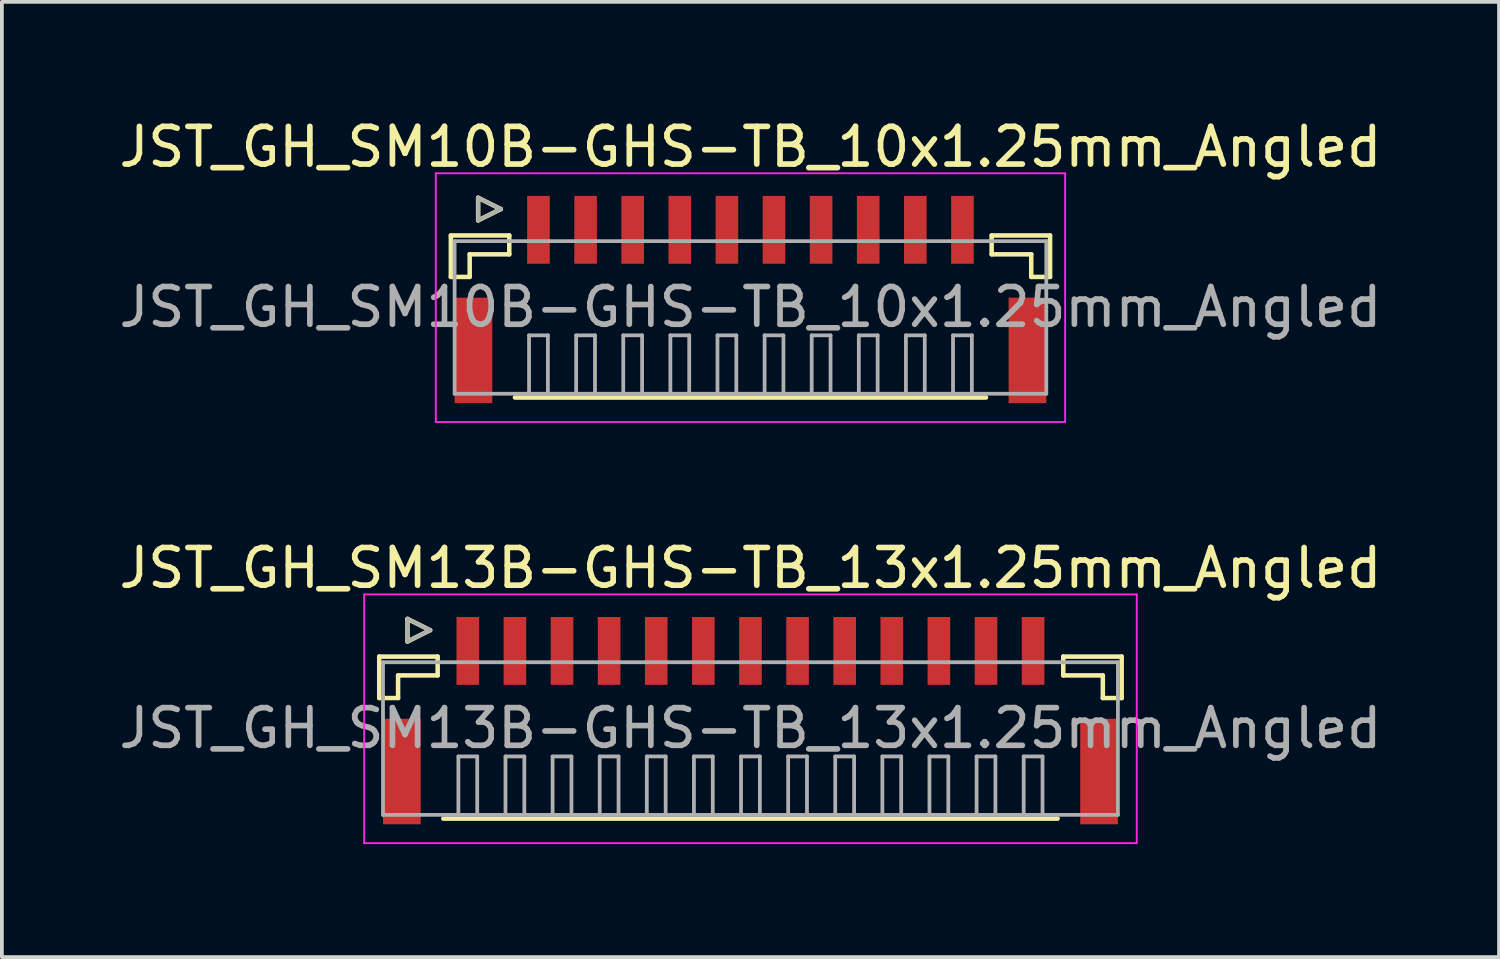
<source format=kicad_pcb>
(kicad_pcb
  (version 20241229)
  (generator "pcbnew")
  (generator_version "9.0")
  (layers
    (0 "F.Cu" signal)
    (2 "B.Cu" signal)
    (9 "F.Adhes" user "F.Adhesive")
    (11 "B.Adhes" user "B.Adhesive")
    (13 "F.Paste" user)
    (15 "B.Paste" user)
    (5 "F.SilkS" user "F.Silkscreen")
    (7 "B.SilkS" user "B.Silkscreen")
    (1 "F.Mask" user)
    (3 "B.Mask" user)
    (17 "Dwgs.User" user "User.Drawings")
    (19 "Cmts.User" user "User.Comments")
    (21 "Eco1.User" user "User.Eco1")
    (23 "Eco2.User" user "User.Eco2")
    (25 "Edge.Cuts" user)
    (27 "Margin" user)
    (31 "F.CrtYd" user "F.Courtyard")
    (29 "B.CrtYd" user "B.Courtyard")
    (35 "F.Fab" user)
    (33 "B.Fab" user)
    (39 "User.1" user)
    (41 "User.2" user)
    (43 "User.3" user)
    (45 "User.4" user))
  (footprint "JST_GH_SM13B-GHS-TB_13x1.25mm_Angled"
    (layer "F.Cu")
    (at 16.863 15.822)
    (property "Reference" "JST_GH_SM13B-GHS-TB_13x1.25mm_Angled" (at 0 -3.8 0) (layer "F.SilkS") (effects (font (size 1 1) (thickness 0.15))))
    (attr smd)
    (fp_line (start -9.85 -1.45) (end -8.3 -1.45) (stroke (width 0.12) (type solid)) (layer "F.SilkS"))
    (fp_line (start -9.85 -0.35) (end -9.85 -1.45) (stroke (width 0.12) (type solid)) (layer "F.SilkS"))
    (fp_line (start -9.35 -0.95) (end -9.35 -0.35) (stroke (width 0.12) (type solid)) (layer "F.SilkS"))
    (fp_line (start -9.35 -0.35) (end -9.85 -0.35) (stroke (width 0.12) (type solid)) (layer "F.SilkS"))
    (fp_line (start -9.1 -2.45) (end -9.1 -1.85) (stroke (width 0.12) (type solid)) (layer "F.SilkS"))
    (fp_line (start -9.1 -1.85) (end -8.5 -2.15) (stroke (width 0.12) (type solid)) (layer "F.SilkS"))
    (fp_line (start -8.5 -2.15) (end -9.1 -2.45) (stroke (width 0.12) (type solid)) (layer "F.SilkS"))
    (fp_line (start -8.3 -1.45) (end -8.3 -0.95) (stroke (width 0.12) (type solid)) (layer "F.SilkS"))
    (fp_line (start -8.3 -0.95) (end -9.35 -0.95) (stroke (width 0.12) (type solid)) (layer "F.SilkS"))
    (fp_line (start -8.15 2.85) (end 8.15 2.85) (stroke (width 0.12) (type solid)) (layer "F.SilkS"))
    (fp_line (start 8.3 -1.45) (end 8.3 -0.95) (stroke (width 0.12) (type solid)) (layer "F.SilkS"))
    (fp_line (start 8.3 -0.95) (end 9.35 -0.95) (stroke (width 0.12) (type solid)) (layer "F.SilkS"))
    (fp_line (start 9.35 -0.95) (end 9.35 -0.35) (stroke (width 0.12) (type solid)) (layer "F.SilkS"))
    (fp_line (start 9.35 -0.35) (end 9.85 -0.35) (stroke (width 0.12) (type solid)) (layer "F.SilkS"))
    (fp_line (start 9.85 -1.45) (end 8.3 -1.45) (stroke (width 0.12) (type solid)) (layer "F.SilkS"))
    (fp_line (start 9.85 -0.35) (end 9.85 -1.45) (stroke (width 0.12) (type solid)) (layer "F.SilkS"))
    (fp_line (start -10.25 -3.1) (end -10.25 3.5) (stroke (width 0.05) (type solid)) (layer "F.CrtYd"))
    (fp_line (start -10.25 3.5) (end 10.25 3.5) (stroke (width 0.05) (type solid)) (layer "F.CrtYd"))
    (fp_line (start 10.25 -3.1) (end -10.25 -3.1) (stroke (width 0.05) (type solid)) (layer "F.CrtYd"))
    (fp_line (start 10.25 3.5) (end 10.25 -3.1) (stroke (width 0.05) (type solid)) (layer "F.CrtYd"))
    (fp_line (start -9.75 -1.3) (end -9.75 2.75) (stroke (width 0.1) (type solid)) (layer "F.Fab"))
    (fp_line (start -9.75 2.75) (end 9.75 2.75) (stroke (width 0.1) (type solid)) (layer "F.Fab"))
    (fp_line (start -9.1 -2.45) (end -9.1 -1.85) (stroke (width 0.1) (type solid)) (layer "F.Fab"))
    (fp_line (start -9.1 -1.85) (end -8.5 -2.15) (stroke (width 0.1) (type solid)) (layer "F.Fab"))
    (fp_line (start -8.5 -2.15) (end -9.1 -2.45) (stroke (width 0.1) (type solid)) (layer "F.Fab"))
    (fp_line (start -7.75 1.2) (end -7.25 1.2) (stroke (width 0.1) (type solid)) (layer "F.Fab"))
    (fp_line (start -7.75 2.7) (end -7.75 1.2) (stroke (width 0.1) (type solid)) (layer "F.Fab"))
    (fp_line (start -7.25 1.2) (end -7.25 2.7) (stroke (width 0.1) (type solid)) (layer "F.Fab"))
    (fp_line (start -6.5 1.2) (end -6 1.2) (stroke (width 0.1) (type solid)) (layer "F.Fab"))
    (fp_line (start -6.5 2.7) (end -6.5 1.2) (stroke (width 0.1) (type solid)) (layer "F.Fab"))
    (fp_line (start -6 1.2) (end -6 2.7) (stroke (width 0.1) (type solid)) (layer "F.Fab"))
    (fp_line (start -5.25 1.2) (end -4.75 1.2) (stroke (width 0.1) (type solid)) (layer "F.Fab"))
    (fp_line (start -5.25 2.7) (end -5.25 1.2) (stroke (width 0.1) (type solid)) (layer "F.Fab"))
    (fp_line (start -4.75 1.2) (end -4.75 2.7) (stroke (width 0.1) (type solid)) (layer "F.Fab"))
    (fp_line (start -4 1.2) (end -3.5 1.2) (stroke (width 0.1) (type solid)) (layer "F.Fab"))
    (fp_line (start -4 2.7) (end -4 1.2) (stroke (width 0.1) (type solid)) (layer "F.Fab"))
    (fp_line (start -3.5 1.2) (end -3.5 2.7) (stroke (width 0.1) (type solid)) (layer "F.Fab"))
    (fp_line (start -2.75 1.2) (end -2.25 1.2) (stroke (width 0.1) (type solid)) (layer "F.Fab"))
    (fp_line (start -2.75 2.7) (end -2.75 1.2) (stroke (width 0.1) (type solid)) (layer "F.Fab"))
    (fp_line (start -2.25 1.2) (end -2.25 2.7) (stroke (width 0.1) (type solid)) (layer "F.Fab"))
    (fp_line (start -1.5 1.2) (end -1 1.2) (stroke (width 0.1) (type solid)) (layer "F.Fab"))
    (fp_line (start -1.5 2.7) (end -1.5 1.2) (stroke (width 0.1) (type solid)) (layer "F.Fab"))
    (fp_line (start -1 1.2) (end -1 2.7) (stroke (width 0.1) (type solid)) (layer "F.Fab"))
    (fp_line (start -0.25 1.2) (end 0.25 1.2) (stroke (width 0.1) (type solid)) (layer "F.Fab"))
    (fp_line (start -0.25 2.7) (end -0.25 1.2) (stroke (width 0.1) (type solid)) (layer "F.Fab"))
    (fp_line (start 0.25 1.2) (end 0.25 2.7) (stroke (width 0.1) (type solid)) (layer "F.Fab"))
    (fp_line (start 1 1.2) (end 1.5 1.2) (stroke (width 0.1) (type solid)) (layer "F.Fab"))
    (fp_line (start 1 2.7) (end 1 1.2) (stroke (width 0.1) (type solid)) (layer "F.Fab"))
    (fp_line (start 1.5 1.2) (end 1.5 2.7) (stroke (width 0.1) (type solid)) (layer "F.Fab"))
    (fp_line (start 2.25 1.2) (end 2.75 1.2) (stroke (width 0.1) (type solid)) (layer "F.Fab"))
    (fp_line (start 2.25 2.7) (end 2.25 1.2) (stroke (width 0.1) (type solid)) (layer "F.Fab"))
    (fp_line (start 2.75 1.2) (end 2.75 2.7) (stroke (width 0.1) (type solid)) (layer "F.Fab"))
    (fp_line (start 3.5 1.2) (end 4 1.2) (stroke (width 0.1) (type solid)) (layer "F.Fab"))
    (fp_line (start 3.5 2.7) (end 3.5 1.2) (stroke (width 0.1) (type solid)) (layer "F.Fab"))
    (fp_line (start 4 1.2) (end 4 2.7) (stroke (width 0.1) (type solid)) (layer "F.Fab"))
    (fp_line (start 4.75 1.2) (end 5.25 1.2) (stroke (width 0.1) (type solid)) (layer "F.Fab"))
    (fp_line (start 4.75 2.7) (end 4.75 1.2) (stroke (width 0.1) (type solid)) (layer "F.Fab"))
    (fp_line (start 5.25 1.2) (end 5.25 2.7) (stroke (width 0.1) (type solid)) (layer "F.Fab"))
    (fp_line (start 6 1.2) (end 6.5 1.2) (stroke (width 0.1) (type solid)) (layer "F.Fab"))
    (fp_line (start 6 2.7) (end 6 1.2) (stroke (width 0.1) (type solid)) (layer "F.Fab"))
    (fp_line (start 6.5 1.2) (end 6.5 2.7) (stroke (width 0.1) (type solid)) (layer "F.Fab"))
    (fp_line (start 7.25 1.2) (end 7.75 1.2) (stroke (width 0.1) (type solid)) (layer "F.Fab"))
    (fp_line (start 7.25 2.7) (end 7.25 1.2) (stroke (width 0.1) (type solid)) (layer "F.Fab"))
    (fp_line (start 7.75 1.2) (end 7.75 2.7) (stroke (width 0.1) (type solid)) (layer "F.Fab"))
    (fp_line (start 9.75 -1.3) (end -9.75 -1.3) (stroke (width 0.1) (type solid)) (layer "F.Fab"))
    (fp_line (start 9.75 2.75) (end 9.75 -1.3) (stroke (width 0.1) (type solid)) (layer "F.Fab"))
    (fp_text user "${REFERENCE}" (at 0 0.45 0) (layer "F.Fab") (effects (font (size 1 1) (thickness 0.15))))
    (pad "" smd rect (at -9.25 1.6) (size 1 2.8) (layers "F.Cu" "F.Mask" "F.Paste"))
    (pad "" smd rect (at 9.25 1.6) (size 1 2.8) (layers "F.Cu" "F.Mask" "F.Paste"))
    (pad "1" smd rect (at -7.5 -1.6) (size 0.6 1.8) (layers "F.Cu" "F.Mask" "F.Paste"))
    (pad "2" smd rect (at -6.25 -1.6) (size 0.6 1.8) (layers "F.Cu" "F.Mask" "F.Paste"))
    (pad "3" smd rect (at -5 -1.6) (size 0.6 1.8) (layers "F.Cu" "F.Mask" "F.Paste"))
    (pad "4" smd rect (at -3.75 -1.6) (size 0.6 1.8) (layers "F.Cu" "F.Mask" "F.Paste"))
    (pad "5" smd rect (at -2.5 -1.6) (size 0.6 1.8) (layers "F.Cu" "F.Mask" "F.Paste"))
    (pad "6" smd rect (at -1.25 -1.6) (size 0.6 1.8) (layers "F.Cu" "F.Mask" "F.Paste"))
    (pad "7" smd rect (at 0 -1.6) (size 0.6 1.8) (layers "F.Cu" "F.Mask" "F.Paste"))
    (pad "8" smd rect (at 1.25 -1.6) (size 0.6 1.8) (layers "F.Cu" "F.Mask" "F.Paste"))
    (pad "9" smd rect (at 2.5 -1.6) (size 0.6 1.8) (layers "F.Cu" "F.Mask" "F.Paste"))
    (pad "10" smd rect (at 3.75 -1.6) (size 0.6 1.8) (layers "F.Cu" "F.Mask" "F.Paste"))
    (pad "11" smd rect (at 5 -1.6) (size 0.6 1.8) (layers "F.Cu" "F.Mask" "F.Paste"))
    (pad "12" smd rect (at 6.25 -1.6) (size 0.6 1.8) (layers "F.Cu" "F.Mask" "F.Paste"))
    (pad "13" smd rect (at 7.5 -1.6) (size 0.6 1.8) (layers "F.Cu" "F.Mask" "F.Paste")))
  (footprint "JST_GH_SM10B-GHS-TB_10x1.25mm_Angled"
    (layer "F.Cu")
    (at 16.863 4.648)
    (property "Reference" "JST_GH_SM10B-GHS-TB_10x1.25mm_Angled" (at 0 -3.8 0) (layer "F.SilkS") (effects (font (size 1 1) (thickness 0.15))))
    (attr smd)
    (fp_line (start -7.95 -1.45) (end -6.4 -1.45) (stroke (width 0.12) (type solid)) (layer "F.SilkS"))
    (fp_line (start -7.95 -0.35) (end -7.95 -1.45) (stroke (width 0.12) (type solid)) (layer "F.SilkS"))
    (fp_line (start -7.45 -0.95) (end -7.45 -0.35) (stroke (width 0.12) (type solid)) (layer "F.SilkS"))
    (fp_line (start -7.45 -0.35) (end -7.95 -0.35) (stroke (width 0.12) (type solid)) (layer "F.SilkS"))
    (fp_line (start -7.225 -2.45) (end -7.225 -1.85) (stroke (width 0.12) (type solid)) (layer "F.SilkS"))
    (fp_line (start -7.225 -1.85) (end -6.625 -2.15) (stroke (width 0.12) (type solid)) (layer "F.SilkS"))
    (fp_line (start -6.625 -2.15) (end -7.225 -2.45) (stroke (width 0.12) (type solid)) (layer "F.SilkS"))
    (fp_line (start -6.4 -1.45) (end -6.4 -0.95) (stroke (width 0.12) (type solid)) (layer "F.SilkS"))
    (fp_line (start -6.4 -0.95) (end -7.45 -0.95) (stroke (width 0.12) (type solid)) (layer "F.SilkS"))
    (fp_line (start -6.25 2.85) (end 6.25 2.85) (stroke (width 0.12) (type solid)) (layer "F.SilkS"))
    (fp_line (start 6.4 -1.45) (end 6.4 -0.95) (stroke (width 0.12) (type solid)) (layer "F.SilkS"))
    (fp_line (start 6.4 -0.95) (end 7.45 -0.95) (stroke (width 0.12) (type solid)) (layer "F.SilkS"))
    (fp_line (start 7.45 -0.95) (end 7.45 -0.35) (stroke (width 0.12) (type solid)) (layer "F.SilkS"))
    (fp_line (start 7.45 -0.35) (end 7.95 -0.35) (stroke (width 0.12) (type solid)) (layer "F.SilkS"))
    (fp_line (start 7.95 -1.45) (end 6.4 -1.45) (stroke (width 0.12) (type solid)) (layer "F.SilkS"))
    (fp_line (start 7.95 -0.35) (end 7.95 -1.45) (stroke (width 0.12) (type solid)) (layer "F.SilkS"))
    (fp_line (start -8.35 -3.1) (end -8.35 3.5) (stroke (width 0.05) (type solid)) (layer "F.CrtYd"))
    (fp_line (start -8.35 3.5) (end 8.35 3.5) (stroke (width 0.05) (type solid)) (layer "F.CrtYd"))
    (fp_line (start 8.35 -3.1) (end -8.35 -3.1) (stroke (width 0.05) (type solid)) (layer "F.CrtYd"))
    (fp_line (start 8.35 3.5) (end 8.35 -3.1) (stroke (width 0.05) (type solid)) (layer "F.CrtYd"))
    (fp_line (start -7.85 -1.3) (end -7.85 2.75) (stroke (width 0.1) (type solid)) (layer "F.Fab"))
    (fp_line (start -7.85 2.75) (end 7.85 2.75) (stroke (width 0.1) (type solid)) (layer "F.Fab"))
    (fp_line (start -7.225 -2.45) (end -7.225 -1.85) (stroke (width 0.1) (type solid)) (layer "F.Fab"))
    (fp_line (start -7.225 -1.85) (end -6.625 -2.15) (stroke (width 0.1) (type solid)) (layer "F.Fab"))
    (fp_line (start -6.625 -2.15) (end -7.225 -2.45) (stroke (width 0.1) (type solid)) (layer "F.Fab"))
    (fp_line (start -5.875 1.2) (end -5.375 1.2) (stroke (width 0.1) (type solid)) (layer "F.Fab"))
    (fp_line (start -5.875 2.7) (end -5.875 1.2) (stroke (width 0.1) (type solid)) (layer "F.Fab"))
    (fp_line (start -5.375 1.2) (end -5.375 2.7) (stroke (width 0.1) (type solid)) (layer "F.Fab"))
    (fp_line (start -4.625 1.2) (end -4.125 1.2) (stroke (width 0.1) (type solid)) (layer "F.Fab"))
    (fp_line (start -4.625 2.7) (end -4.625 1.2) (stroke (width 0.1) (type solid)) (layer "F.Fab"))
    (fp_line (start -4.125 1.2) (end -4.125 2.7) (stroke (width 0.1) (type solid)) (layer "F.Fab"))
    (fp_line (start -3.375 1.2) (end -2.875 1.2) (stroke (width 0.1) (type solid)) (layer "F.Fab"))
    (fp_line (start -3.375 2.7) (end -3.375 1.2) (stroke (width 0.1) (type solid)) (layer "F.Fab"))
    (fp_line (start -2.875 1.2) (end -2.875 2.7) (stroke (width 0.1) (type solid)) (layer "F.Fab"))
    (fp_line (start -2.125 1.2) (end -1.625 1.2) (stroke (width 0.1) (type solid)) (layer "F.Fab"))
    (fp_line (start -2.125 2.7) (end -2.125 1.2) (stroke (width 0.1) (type solid)) (layer "F.Fab"))
    (fp_line (start -1.625 1.2) (end -1.625 2.7) (stroke (width 0.1) (type solid)) (layer "F.Fab"))
    (fp_line (start -0.875 1.2) (end -0.375 1.2) (stroke (width 0.1) (type solid)) (layer "F.Fab"))
    (fp_line (start -0.875 2.7) (end -0.875 1.2) (stroke (width 0.1) (type solid)) (layer "F.Fab"))
    (fp_line (start -0.375 1.2) (end -0.375 2.7) (stroke (width 0.1) (type solid)) (layer "F.Fab"))
    (fp_line (start 0.375 1.2) (end 0.875 1.2) (stroke (width 0.1) (type solid)) (layer "F.Fab"))
    (fp_line (start 0.375 2.7) (end 0.375 1.2) (stroke (width 0.1) (type solid)) (layer "F.Fab"))
    (fp_line (start 0.875 1.2) (end 0.875 2.7) (stroke (width 0.1) (type solid)) (layer "F.Fab"))
    (fp_line (start 1.625 1.2) (end 2.125 1.2) (stroke (width 0.1) (type solid)) (layer "F.Fab"))
    (fp_line (start 1.625 2.7) (end 1.625 1.2) (stroke (width 0.1) (type solid)) (layer "F.Fab"))
    (fp_line (start 2.125 1.2) (end 2.125 2.7) (stroke (width 0.1) (type solid)) (layer "F.Fab"))
    (fp_line (start 2.875 1.2) (end 3.375 1.2) (stroke (width 0.1) (type solid)) (layer "F.Fab"))
    (fp_line (start 2.875 2.7) (end 2.875 1.2) (stroke (width 0.1) (type solid)) (layer "F.Fab"))
    (fp_line (start 3.375 1.2) (end 3.375 2.7) (stroke (width 0.1) (type solid)) (layer "F.Fab"))
    (fp_line (start 4.125 1.2) (end 4.625 1.2) (stroke (width 0.1) (type solid)) (layer "F.Fab"))
    (fp_line (start 4.125 2.7) (end 4.125 1.2) (stroke (width 0.1) (type solid)) (layer "F.Fab"))
    (fp_line (start 4.625 1.2) (end 4.625 2.7) (stroke (width 0.1) (type solid)) (layer "F.Fab"))
    (fp_line (start 5.375 1.2) (end 5.875 1.2) (stroke (width 0.1) (type solid)) (layer "F.Fab"))
    (fp_line (start 5.375 2.7) (end 5.375 1.2) (stroke (width 0.1) (type solid)) (layer "F.Fab"))
    (fp_line (start 5.875 1.2) (end 5.875 2.7) (stroke (width 0.1) (type solid)) (layer "F.Fab"))
    (fp_line (start 7.85 -1.3) (end -7.85 -1.3) (stroke (width 0.1) (type solid)) (layer "F.Fab"))
    (fp_line (start 7.85 2.75) (end 7.85 -1.3) (stroke (width 0.1) (type solid)) (layer "F.Fab"))
    (fp_text user "${REFERENCE}" (at 0 0.45 0) (layer "F.Fab") (effects (font (size 1 1) (thickness 0.15))))
    (pad "" smd rect (at -7.35 1.6) (size 1 2.8) (layers "F.Cu" "F.Mask" "F.Paste"))
    (pad "" smd rect (at 7.35 1.6) (size 1 2.8) (layers "F.Cu" "F.Mask" "F.Paste"))
    (pad "1" smd rect (at -5.625 -1.6) (size 0.6 1.8) (layers "F.Cu" "F.Mask" "F.Paste"))
    (pad "2" smd rect (at -4.375 -1.6) (size 0.6 1.8) (layers "F.Cu" "F.Mask" "F.Paste"))
    (pad "3" smd rect (at -3.125 -1.6) (size 0.6 1.8) (layers "F.Cu" "F.Mask" "F.Paste"))
    (pad "4" smd rect (at -1.875 -1.6) (size 0.6 1.8) (layers "F.Cu" "F.Mask" "F.Paste"))
    (pad "5" smd rect (at -0.625 -1.6) (size 0.6 1.8) (layers "F.Cu" "F.Mask" "F.Paste"))
    (pad "6" smd rect (at 0.625 -1.6) (size 0.6 1.8) (layers "F.Cu" "F.Mask" "F.Paste"))
    (pad "7" smd rect (at 1.875 -1.6) (size 0.6 1.8) (layers "F.Cu" "F.Mask" "F.Paste"))
    (pad "8" smd rect (at 3.125 -1.6) (size 0.6 1.8) (layers "F.Cu" "F.Mask" "F.Paste"))
    (pad "9" smd rect (at 4.375 -1.6) (size 0.6 1.8) (layers "F.Cu" "F.Mask" "F.Paste"))
    (pad "10" smd rect (at 5.625 -1.6) (size 0.6 1.8) (layers "F.Cu" "F.Mask" "F.Paste")))
  (gr_rect
    (start -3 -3)
    (end 36.726 22.346)
    (stroke (width 0.1) (type default))
    (fill no)
    (layer "Edge.Cuts")))
</source>
